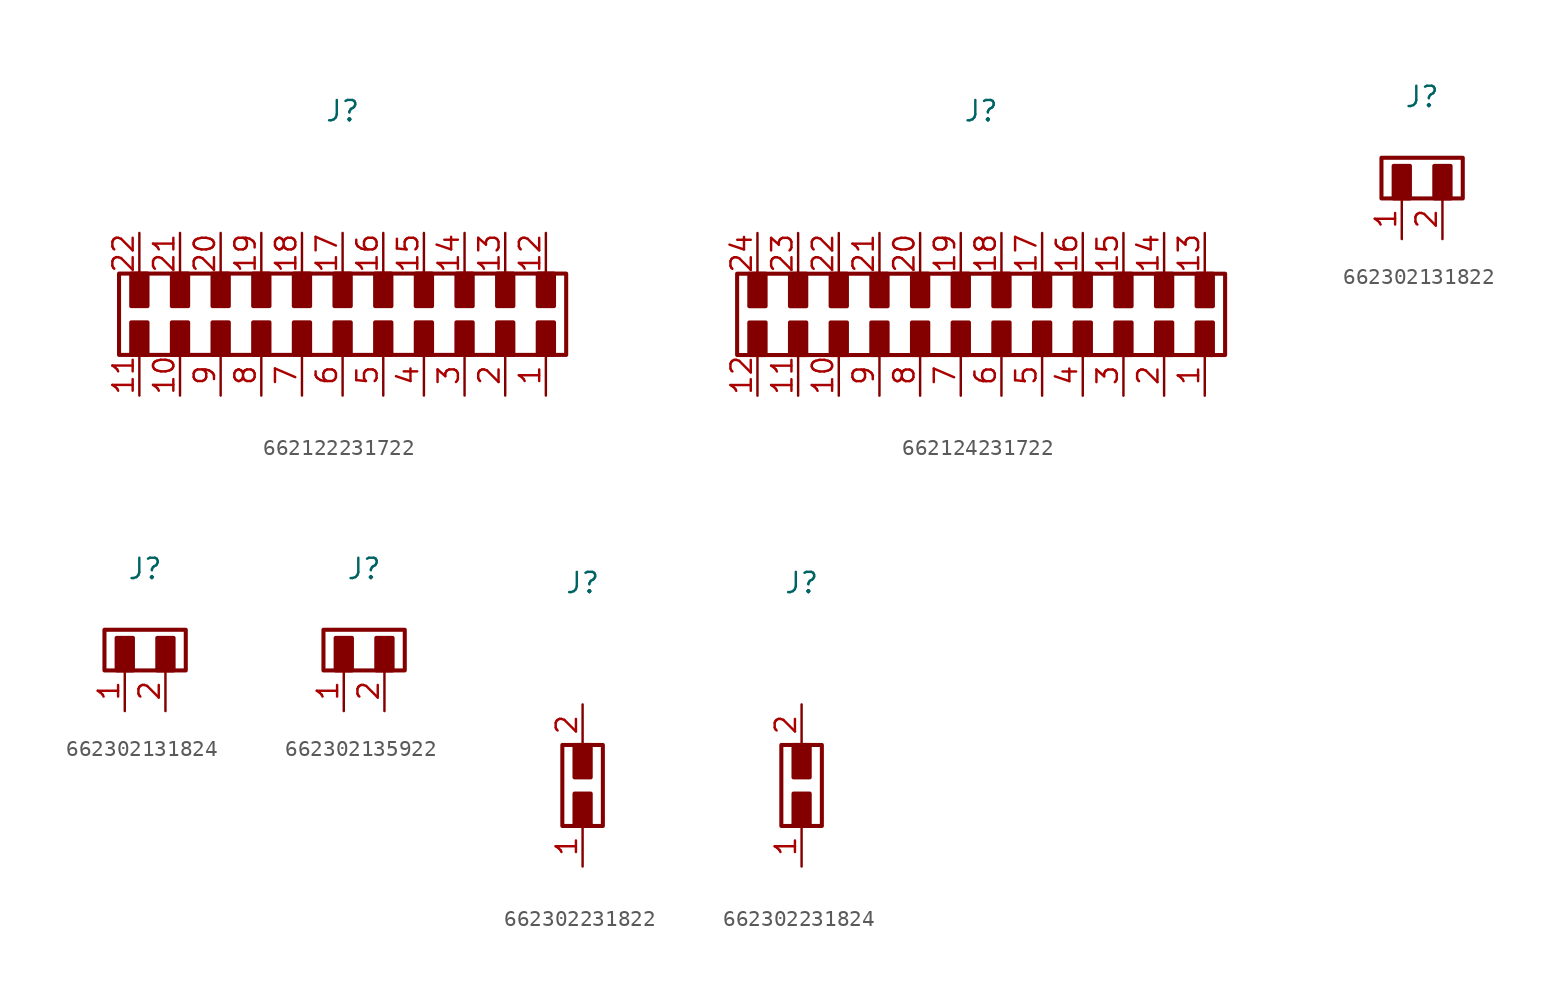
<source format=kicad_sym>
(kicad_symbol_lib
  (version 20241209)
  (generator "kicad_symbol_editor")
  (generator_version "9.0")
  (symbol "662122231722"
    (pin_names
      (hide yes))
    (property "Reference" "J"
      (at 0 12.7 0)
      (effects (font (size 1.27 1.27))))
    (symbol "662122231722_1_1"
      (rectangle (start -13.97 2.54) (end 13.97 -2.54) (stroke (width 0.254) (type solid)) (fill (type none)))
      (rectangle (start -13.208 2.54) (end -12.192 0.508) (stroke (width 0.254) (type solid)) (fill (type outline)))
      (rectangle (start -13.208 -0.508) (end -12.192 -2.54) (stroke (width 0.254) (type solid)) (fill (type outline)))
      (rectangle (start -10.668 2.54) (end -9.652 0.508) (stroke (width 0.254) (type solid)) (fill (type outline)))
      (rectangle (start -10.668 -0.508) (end -9.652 -2.54) (stroke (width 0.254) (type solid)) (fill (type outline)))
      (rectangle (start -8.128 2.54) (end -7.112 0.508) (stroke (width 0.254) (type solid)) (fill (type outline)))
      (rectangle (start -8.128 -0.508) (end -7.112 -2.54) (stroke (width 0.254) (type solid)) (fill (type outline)))
      (rectangle (start -5.588 2.54) (end -4.572 0.508) (stroke (width 0.254) (type solid)) (fill (type outline)))
      (rectangle (start -5.588 -0.508) (end -4.572 -2.54) (stroke (width 0.254) (type solid)) (fill (type outline)))
      (rectangle (start -3.048 2.54) (end -2.032 0.508) (stroke (width 0.254) (type solid)) (fill (type outline)))
      (rectangle (start -3.048 -0.508) (end -2.032 -2.54) (stroke (width 0.254) (type solid)) (fill (type outline)))
      (rectangle (start -0.508 2.54) (end 0.508 0.508) (stroke (width 0.254) (type solid)) (fill (type outline)))
      (rectangle (start -0.508 -0.508) (end 0.508 -2.54) (stroke (width 0.254) (type solid)) (fill (type outline)))
      (rectangle (start 2.032 2.54) (end 3.048 0.508) (stroke (width 0.254) (type solid)) (fill (type outline)))
      (rectangle (start 2.032 -0.508) (end 3.048 -2.54) (stroke (width 0.254) (type solid)) (fill (type outline)))
      (rectangle (start 4.572 2.54) (end 5.588 0.508) (stroke (width 0.254) (type solid)) (fill (type outline)))
      (rectangle (start 4.572 -0.508) (end 5.588 -2.54) (stroke (width 0.254) (type solid)) (fill (type outline)))
      (rectangle (start 7.112 2.54) (end 8.128 0.508) (stroke (width 0.254) (type solid)) (fill (type outline)))
      (rectangle (start 7.112 -0.508) (end 8.128 -2.54) (stroke (width 0.254) (type solid)) (fill (type outline)))
      (rectangle (start 9.652 2.54) (end 10.668 0.508) (stroke (width 0.254) (type solid)) (fill (type outline)))
      (rectangle (start 9.652 -0.508) (end 10.668 -2.54) (stroke (width 0.254) (type solid)) (fill (type outline)))
      (rectangle (start 12.192 2.54) (end 13.208 0.508) (stroke (width 0.254) (type solid)) (fill (type outline)))
      (rectangle (start 12.192 -0.508) (end 13.208 -2.54) (stroke (width 0.254) (type solid)) (fill (type outline)))
      (pin passive line (at -12.7 5.08 270) (length 2.54) (name "22" (effects (font (size 1.27 1.27)))) (number "22" (effects (font (size 1.27 1.27)))))
      (pin passive line (at -12.7 -5.08 90) (length 2.54) (name "11" (effects (font (size 1.27 1.27)))) (number "11" (effects (font (size 1.27 1.27)))))
      (pin passive line (at -10.16 5.08 270) (length 2.54) (name "21" (effects (font (size 1.27 1.27)))) (number "21" (effects (font (size 1.27 1.27)))))
      (pin passive line (at -10.16 -5.08 90) (length 2.54) (name "10" (effects (font (size 1.27 1.27)))) (number "10" (effects (font (size 1.27 1.27)))))
      (pin passive line (at -7.62 5.08 270) (length 2.54) (name "20" (effects (font (size 1.27 1.27)))) (number "20" (effects (font (size 1.27 1.27)))))
      (pin passive line (at -7.62 -5.08 90) (length 2.54) (name "9" (effects (font (size 1.27 1.27)))) (number "9" (effects (font (size 1.27 1.27)))))
      (pin passive line (at -5.08 5.08 270) (length 2.54) (name "19" (effects (font (size 1.27 1.27)))) (number "19" (effects (font (size 1.27 1.27)))))
      (pin passive line (at -5.08 -5.08 90) (length 2.54) (name "8" (effects (font (size 1.27 1.27)))) (number "8" (effects (font (size 1.27 1.27)))))
      (pin passive line (at -2.54 5.08 270) (length 2.54) (name "18" (effects (font (size 1.27 1.27)))) (number "18" (effects (font (size 1.27 1.27)))))
      (pin passive line (at -2.54 -5.08 90) (length 2.54) (name "7" (effects (font (size 1.27 1.27)))) (number "7" (effects (font (size 1.27 1.27)))))
      (pin passive line (at 0 5.08 270) (length 2.54) (name "17" (effects (font (size 1.27 1.27)))) (number "17" (effects (font (size 1.27 1.27)))))
      (pin passive line (at 0 -5.08 90) (length 2.54) (name "6" (effects (font (size 1.27 1.27)))) (number "6" (effects (font (size 1.27 1.27)))))
      (pin passive line (at 2.54 5.08 270) (length 2.54) (name "16" (effects (font (size 1.27 1.27)))) (number "16" (effects (font (size 1.27 1.27)))))
      (pin passive line (at 2.54 -5.08 90) (length 2.54) (name "5" (effects (font (size 1.27 1.27)))) (number "5" (effects (font (size 1.27 1.27)))))
      (pin passive line (at 5.08 5.08 270) (length 2.54) (name "15" (effects (font (size 1.27 1.27)))) (number "15" (effects (font (size 1.27 1.27)))))
      (pin passive line (at 5.08 -5.08 90) (length 2.54) (name "4" (effects (font (size 1.27 1.27)))) (number "4" (effects (font (size 1.27 1.27)))))
      (pin passive line (at 7.62 5.08 270) (length 2.54) (name "14" (effects (font (size 1.27 1.27)))) (number "14" (effects (font (size 1.27 1.27)))))
      (pin passive line (at 7.62 -5.08 90) (length 2.54) (name "3" (effects (font (size 1.27 1.27)))) (number "3" (effects (font (size 1.27 1.27)))))
      (pin passive line (at 10.16 5.08 270) (length 2.54) (name "13" (effects (font (size 1.27 1.27)))) (number "13" (effects (font (size 1.27 1.27)))))
      (pin passive line (at 10.16 -5.08 90) (length 2.54) (name "2" (effects (font (size 1.27 1.27)))) (number "2" (effects (font (size 1.27 1.27)))))
      (pin passive line (at 12.7 5.08 270) (length 2.54) (name "12" (effects (font (size 1.27 1.27)))) (number "12" (effects (font (size 1.27 1.27)))))
      (pin passive line (at 12.7 -5.08 90) (length 2.54) (name "1" (effects (font (size 1.27 1.27)))) (number "1" (effects (font (size 1.27 1.27)))))))
  (symbol "662124231722"
    (pin_names
      (hide yes))
    (property "Reference" "J"
      (at 0 12.7 0)
      (effects (font (size 1.27 1.27))))
    (symbol "662124231722_1_1"
      (rectangle (start -15.24 2.54) (end 15.24 -2.54) (stroke (width 0.254) (type solid)) (fill (type none)))
      (rectangle (start -14.478 2.54) (end -13.462 0.508) (stroke (width 0.254) (type solid)) (fill (type outline)))
      (rectangle (start -14.478 -0.508) (end -13.462 -2.54) (stroke (width 0.254) (type solid)) (fill (type outline)))
      (rectangle (start -11.938 2.54) (end -10.922 0.508) (stroke (width 0.254) (type solid)) (fill (type outline)))
      (rectangle (start -11.938 -0.508) (end -10.922 -2.54) (stroke (width 0.254) (type solid)) (fill (type outline)))
      (rectangle (start -9.398 2.54) (end -8.382 0.508) (stroke (width 0.254) (type solid)) (fill (type outline)))
      (rectangle (start -9.398 -0.508) (end -8.382 -2.54) (stroke (width 0.254) (type solid)) (fill (type outline)))
      (rectangle (start -6.858 2.54) (end -5.842 0.508) (stroke (width 0.254) (type solid)) (fill (type outline)))
      (rectangle (start -6.858 -0.508) (end -5.842 -2.54) (stroke (width 0.254) (type solid)) (fill (type outline)))
      (rectangle (start -4.318 2.54) (end -3.302 0.508) (stroke (width 0.254) (type solid)) (fill (type outline)))
      (rectangle (start -4.318 -0.508) (end -3.302 -2.54) (stroke (width 0.254) (type solid)) (fill (type outline)))
      (rectangle (start -1.778 2.54) (end -0.762 0.508) (stroke (width 0.254) (type solid)) (fill (type outline)))
      (rectangle (start -1.778 -0.508) (end -0.762 -2.54) (stroke (width 0.254) (type solid)) (fill (type outline)))
      (rectangle (start 0.762 2.54) (end 1.778 0.508) (stroke (width 0.254) (type solid)) (fill (type outline)))
      (rectangle (start 0.762 -0.508) (end 1.778 -2.54) (stroke (width 0.254) (type solid)) (fill (type outline)))
      (rectangle (start 3.302 2.54) (end 4.318 0.508) (stroke (width 0.254) (type solid)) (fill (type outline)))
      (rectangle (start 3.302 -0.508) (end 4.318 -2.54) (stroke (width 0.254) (type solid)) (fill (type outline)))
      (rectangle (start 5.842 2.54) (end 6.858 0.508) (stroke (width 0.254) (type solid)) (fill (type outline)))
      (rectangle (start 5.842 -0.508) (end 6.858 -2.54) (stroke (width 0.254) (type solid)) (fill (type outline)))
      (rectangle (start 8.382 2.54) (end 9.398 0.508) (stroke (width 0.254) (type solid)) (fill (type outline)))
      (rectangle (start 8.382 -0.508) (end 9.398 -2.54) (stroke (width 0.254) (type solid)) (fill (type outline)))
      (rectangle (start 10.922 2.54) (end 11.938 0.508) (stroke (width 0.254) (type solid)) (fill (type outline)))
      (rectangle (start 10.922 -0.508) (end 11.938 -2.54) (stroke (width 0.254) (type solid)) (fill (type outline)))
      (rectangle (start 13.462 2.54) (end 14.478 0.508) (stroke (width 0.254) (type solid)) (fill (type outline)))
      (rectangle (start 13.462 -0.508) (end 14.478 -2.54) (stroke (width 0.254) (type solid)) (fill (type outline)))
      (pin passive line (at -13.97 5.08 270) (length 2.54) (name "24" (effects (font (size 1.27 1.27)))) (number "24" (effects (font (size 1.27 1.27)))))
      (pin passive line (at -13.97 -5.08 90) (length 2.54) (name "12" (effects (font (size 1.27 1.27)))) (number "12" (effects (font (size 1.27 1.27)))))
      (pin passive line (at -11.43 5.08 270) (length 2.54) (name "23" (effects (font (size 1.27 1.27)))) (number "23" (effects (font (size 1.27 1.27)))))
      (pin passive line (at -11.43 -5.08 90) (length 2.54) (name "11" (effects (font (size 1.27 1.27)))) (number "11" (effects (font (size 1.27 1.27)))))
      (pin passive line (at -8.89 5.08 270) (length 2.54) (name "22" (effects (font (size 1.27 1.27)))) (number "22" (effects (font (size 1.27 1.27)))))
      (pin passive line (at -8.89 -5.08 90) (length 2.54) (name "10" (effects (font (size 1.27 1.27)))) (number "10" (effects (font (size 1.27 1.27)))))
      (pin passive line (at -6.35 5.08 270) (length 2.54) (name "21" (effects (font (size 1.27 1.27)))) (number "21" (effects (font (size 1.27 1.27)))))
      (pin passive line (at -6.35 -5.08 90) (length 2.54) (name "9" (effects (font (size 1.27 1.27)))) (number "9" (effects (font (size 1.27 1.27)))))
      (pin passive line (at -3.81 5.08 270) (length 2.54) (name "20" (effects (font (size 1.27 1.27)))) (number "20" (effects (font (size 1.27 1.27)))))
      (pin passive line (at -3.81 -5.08 90) (length 2.54) (name "8" (effects (font (size 1.27 1.27)))) (number "8" (effects (font (size 1.27 1.27)))))
      (pin passive line (at -1.27 5.08 270) (length 2.54) (name "19" (effects (font (size 1.27 1.27)))) (number "19" (effects (font (size 1.27 1.27)))))
      (pin passive line (at -1.27 -5.08 90) (length 2.54) (name "7" (effects (font (size 1.27 1.27)))) (number "7" (effects (font (size 1.27 1.27)))))
      (pin passive line (at 1.27 5.08 270) (length 2.54) (name "18" (effects (font (size 1.27 1.27)))) (number "18" (effects (font (size 1.27 1.27)))))
      (pin passive line (at 1.27 -5.08 90) (length 2.54) (name "6" (effects (font (size 1.27 1.27)))) (number "6" (effects (font (size 1.27 1.27)))))
      (pin passive line (at 3.81 5.08 270) (length 2.54) (name "17" (effects (font (size 1.27 1.27)))) (number "17" (effects (font (size 1.27 1.27)))))
      (pin passive line (at 3.81 -5.08 90) (length 2.54) (name "5" (effects (font (size 1.27 1.27)))) (number "5" (effects (font (size 1.27 1.27)))))
      (pin passive line (at 6.35 5.08 270) (length 2.54) (name "16" (effects (font (size 1.27 1.27)))) (number "16" (effects (font (size 1.27 1.27)))))
      (pin passive line (at 6.35 -5.08 90) (length 2.54) (name "4" (effects (font (size 1.27 1.27)))) (number "4" (effects (font (size 1.27 1.27)))))
      (pin passive line (at 8.89 5.08 270) (length 2.54) (name "15" (effects (font (size 1.27 1.27)))) (number "15" (effects (font (size 1.27 1.27)))))
      (pin passive line (at 8.89 -5.08 90) (length 2.54) (name "3" (effects (font (size 1.27 1.27)))) (number "3" (effects (font (size 1.27 1.27)))))
      (pin passive line (at 11.43 5.08 270) (length 2.54) (name "14" (effects (font (size 1.27 1.27)))) (number "14" (effects (font (size 1.27 1.27)))))
      (pin passive line (at 11.43 -5.08 90) (length 2.54) (name "2" (effects (font (size 1.27 1.27)))) (number "2" (effects (font (size 1.27 1.27)))))
      (pin passive line (at 13.97 5.08 270) (length 2.54) (name "13" (effects (font (size 1.27 1.27)))) (number "13" (effects (font (size 1.27 1.27)))))
      (pin passive line (at 13.97 -5.08 90) (length 2.54) (name "1" (effects (font (size 1.27 1.27)))) (number "1" (effects (font (size 1.27 1.27)))))))
  (symbol "662302131822"
    (pin_names
      (hide yes))
    (property "Reference" "J"
      (at 0 5.08 0)
      (effects (font (size 1.27 1.27))))
    (symbol "662302131822_1_1"
      (rectangle (start -2.54 1.27) (end 2.54 -1.27) (stroke (width 0.254) (type solid)) (fill (type none)))
      (rectangle (start -1.778 0.762) (end -0.762 -1.27) (stroke (width 0.254) (type solid)) (fill (type outline)))
      (rectangle (start 1.778 -1.27) (end 0.762 0.762) (stroke (width 0.254) (type solid)) (fill (type outline)))
      (pin passive line (at -1.27 -3.81 90) (length 2.54) (name "1" (effects (font (size 1.27 1.27)))) (number "1" (effects (font (size 1.27 1.27)))))
      (pin passive line (at 1.27 -3.81 90) (length 2.54) (name "2" (effects (font (size 1.27 1.27)))) (number "2" (effects (font (size 1.27 1.27)))))))
  (symbol "662302131824"
    (pin_names
      (hide yes))
    (property "Reference" "J"
      (at 0 5.08 0)
      (effects (font (size 1.27 1.27))))
    (symbol "662302131824_1_1"
      (rectangle (start -2.54 1.27) (end 2.54 -1.27) (stroke (width 0.254) (type solid)) (fill (type none)))
      (rectangle (start -1.778 0.762) (end -0.762 -1.27) (stroke (width 0.254) (type solid)) (fill (type outline)))
      (rectangle (start 1.778 -1.27) (end 0.762 0.762) (stroke (width 0.254) (type solid)) (fill (type outline)))
      (pin passive line (at -1.27 -3.81 90) (length 2.54) (name "1" (effects (font (size 1.27 1.27)))) (number "1" (effects (font (size 1.27 1.27)))))
      (pin passive line (at 1.27 -3.81 90) (length 2.54) (name "2" (effects (font (size 1.27 1.27)))) (number "2" (effects (font (size 1.27 1.27)))))))
  (symbol "662302135922"
    (pin_names
      (hide yes))
    (property "Reference" "J"
      (at 0 5.08 0)
      (effects (font (size 1.27 1.27))))
    (symbol "662302135922_1_1"
      (rectangle (start -2.54 1.27) (end 2.54 -1.27) (stroke (width 0.254) (type solid)) (fill (type none)))
      (rectangle (start -1.778 0.762) (end -0.762 -1.27) (stroke (width 0.254) (type solid)) (fill (type outline)))
      (rectangle (start 1.778 -1.27) (end 0.762 0.762) (stroke (width 0.254) (type solid)) (fill (type outline)))
      (pin passive line (at -1.27 -3.81 90) (length 2.54) (name "1" (effects (font (size 1.27 1.27)))) (number "1" (effects (font (size 1.27 1.27)))))
      (pin passive line (at 1.27 -3.81 90) (length 2.54) (name "2" (effects (font (size 1.27 1.27)))) (number "2" (effects (font (size 1.27 1.27)))))))
  (symbol "662302231822"
    (pin_names
      (hide yes))
    (property "Reference" "J"
      (at 0 12.7 0)
      (effects (font (size 1.27 1.27))))
    (symbol "662302231822_1_1"
      (rectangle (start -0.508 2.54) (end 0.508 0.508) (stroke (width 0.254) (type solid)) (fill (type outline)))
      (rectangle (start -0.508 -0.508) (end 0.508 -2.54) (stroke (width 0.254) (type solid)) (fill (type outline)))
      (rectangle (start 1.27 -2.54) (end -1.27 2.54) (stroke (width 0.254) (type solid)) (fill (type none)))
      (pin passive line (at 0 5.08 270) (length 2.54) (name "2" (effects (font (size 1.27 1.27)))) (number "2" (effects (font (size 1.27 1.27)))))
      (pin passive line (at 0 -5.08 90) (length 2.54) (name "1" (effects (font (size 1.27 1.27)))) (number "1" (effects (font (size 1.27 1.27)))))))
  (symbol "662302231824"
    (pin_names
      (hide yes))
    (property "Reference" "J"
      (at 0 12.7 0)
      (effects (font (size 1.27 1.27))))
    (symbol "662302231824_1_1"
      (rectangle (start -0.508 2.54) (end 0.508 0.508) (stroke (width 0.254) (type solid)) (fill (type outline)))
      (rectangle (start -0.508 -0.508) (end 0.508 -2.54) (stroke (width 0.254) (type solid)) (fill (type outline)))
      (rectangle (start 1.27 -2.54) (end -1.27 2.54) (stroke (width 0.254) (type solid)) (fill (type none)))
      (pin passive line (at 0 5.08 270) (length 2.54) (name "2" (effects (font (size 1.27 1.27)))) (number "2" (effects (font (size 1.27 1.27)))))
      (pin passive line (at 0 -5.08 90) (length 2.54) (name "1" (effects (font (size 1.27 1.27)))) (number "1" (effects (font (size 1.27 1.27))))))))
</source>
